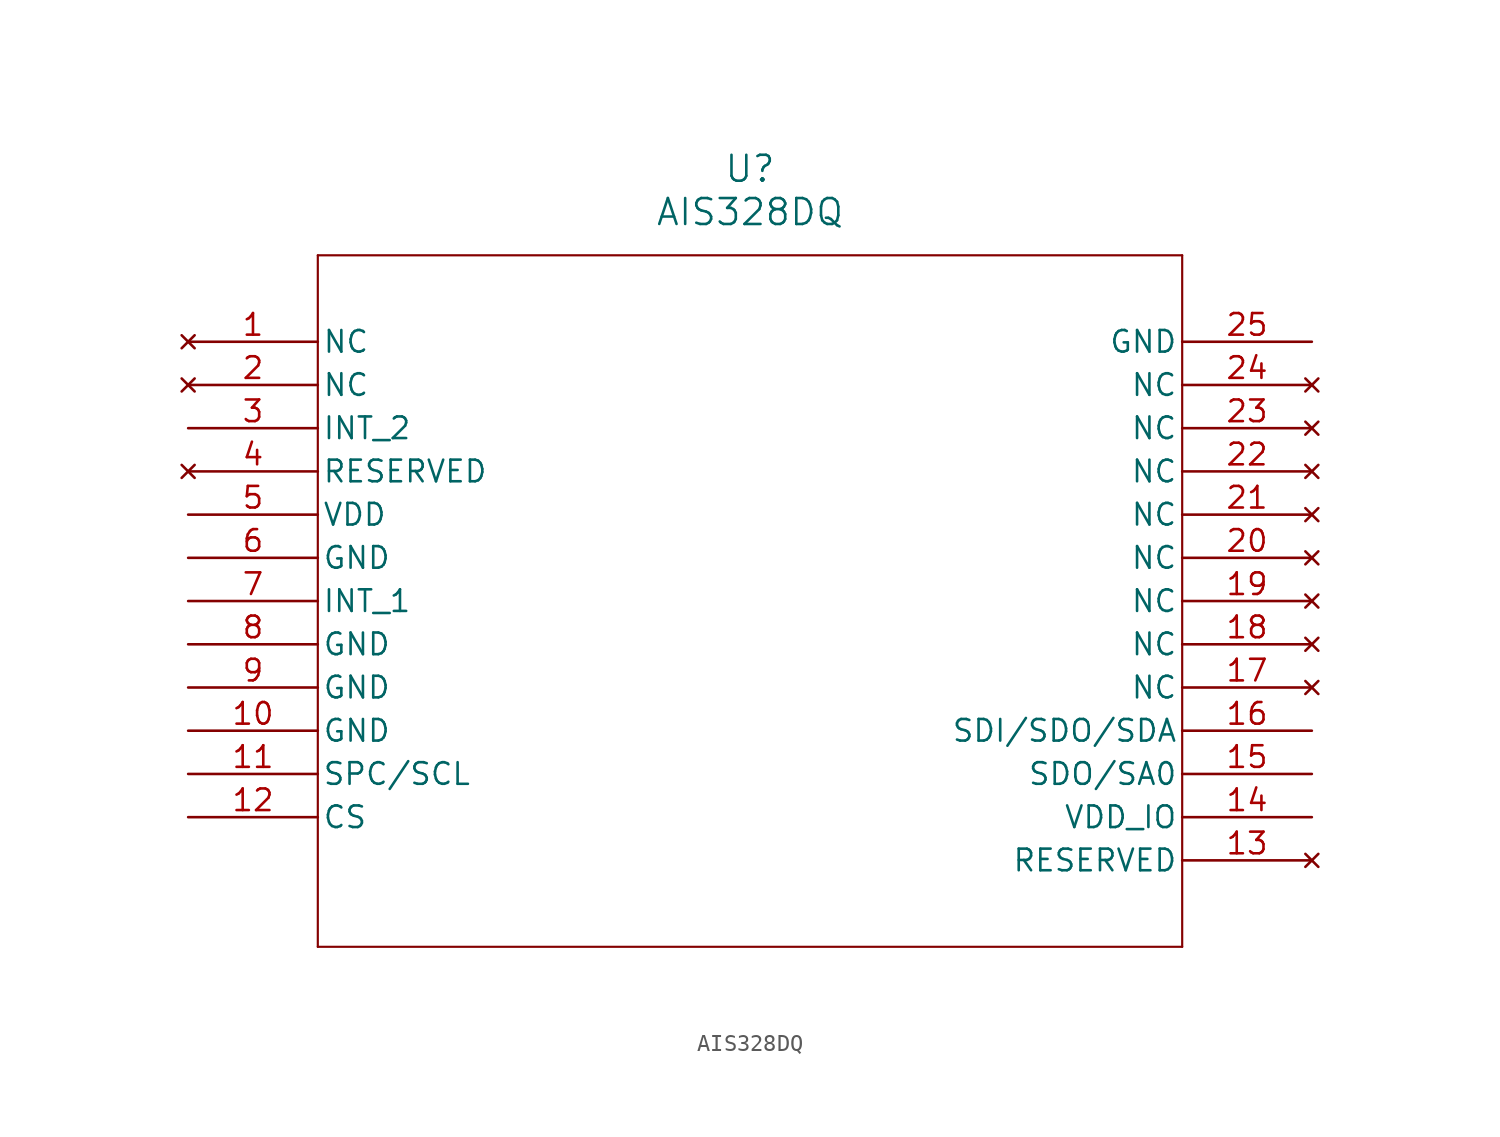
<source format=kicad_sym>
(kicad_symbol_lib
  (version 20211014)
  (generator kicad_symbol_editor)
  (symbol "AIS328DQ"
    (pin_names
      (offset 0.254))
    (property "Reference" "U"
      (at 33.02 10.16 0)
      (effects (font (size 1.524 1.524))))
    (property "Value" "AIS328DQ"
      (at 33.02 7.62 0)
      (effects (font (size 1.524 1.524))))
    (symbol "AIS328DQ_0_1"
      (polyline (pts (xy 7.62 5.08) (xy 7.62 -35.56)) (stroke (width 0.127) (type default) (color 0 0 0 0)) (fill (type none)))
      (polyline (pts (xy 7.62 -35.56) (xy 58.42 -35.56)) (stroke (width 0.127) (type default) (color 0 0 0 0)) (fill (type none)))
      (polyline (pts (xy 58.42 -35.56) (xy 58.42 5.08)) (stroke (width 0.127) (type default) (color 0 0 0 0)) (fill (type none)))
      (polyline (pts (xy 58.42 5.08) (xy 7.62 5.08)) (stroke (width 0.127) (type default) (color 0 0 0 0)) (fill (type none)))
      (pin no_connect line (at 0 0 0) (length 7.62) (name "NC" (effects (font (size 1.27 1.27)))) (number "1" (effects (font (size 1.27 1.27)))))
      (pin no_connect line (at 0 -2.54 0) (length 7.62) (name "NC" (effects (font (size 1.27 1.27)))) (number "2" (effects (font (size 1.27 1.27)))))
      (pin output line (at 0 -5.08 0) (length 7.62) (name "INT_2" (effects (font (size 1.27 1.27)))) (number "3" (effects (font (size 1.27 1.27)))))
      (pin no_connect line (at 0 -7.62 0) (length 7.62) (name "RESERVED" (effects (font (size 1.27 1.27)))) (number "4" (effects (font (size 1.27 1.27)))))
      (pin power_in line (at 0 -10.16 0) (length 7.62) (name "VDD" (effects (font (size 1.27 1.27)))) (number "5" (effects (font (size 1.27 1.27)))))
      (pin power_out line (at 0 -12.7 0) (length 7.62) (name "GND" (effects (font (size 1.27 1.27)))) (number "6" (effects (font (size 1.27 1.27)))))
      (pin output line (at 0 -15.24 0) (length 7.62) (name "INT_1" (effects (font (size 1.27 1.27)))) (number "7" (effects (font (size 1.27 1.27)))))
      (pin power_out line (at 0 -17.78 0) (length 7.62) (name "GND" (effects (font (size 1.27 1.27)))) (number "8" (effects (font (size 1.27 1.27)))))
      (pin power_out line (at 0 -20.32 0) (length 7.62) (name "GND" (effects (font (size 1.27 1.27)))) (number "9" (effects (font (size 1.27 1.27)))))
      (pin power_out line (at 0 -22.86 0) (length 7.62) (name "GND" (effects (font (size 1.27 1.27)))) (number "10" (effects (font (size 1.27 1.27)))))
      (pin input line (at 0 -25.4 0) (length 7.62) (name "SPC/SCL" (effects (font (size 1.27 1.27)))) (number "11" (effects (font (size 1.27 1.27)))))
      (pin input line (at 0 -27.94 0) (length 7.62) (name "CS" (effects (font (size 1.27 1.27)))) (number "12" (effects (font (size 1.27 1.27)))))
      (pin no_connect line (at 66.04 -30.48 180) (length 7.62) (name "RESERVED" (effects (font (size 1.27 1.27)))) (number "13" (effects (font (size 1.27 1.27)))))
      (pin power_in line (at 66.04 -27.94 180) (length 7.62) (name "VDD_IO" (effects (font (size 1.27 1.27)))) (number "14" (effects (font (size 1.27 1.27)))))
      (pin output line (at 66.04 -25.4 180) (length 7.62) (name "SDO/SA0" (effects (font (size 1.27 1.27)))) (number "15" (effects (font (size 1.27 1.27)))))
      (pin bidirectional line (at 66.04 -22.86 180) (length 7.62) (name "SDI/SDO/SDA" (effects (font (size 1.27 1.27)))) (number "16" (effects (font (size 1.27 1.27)))))
      (pin no_connect line (at 66.04 -20.32 180) (length 7.62) (name "NC" (effects (font (size 1.27 1.27)))) (number "17" (effects (font (size 1.27 1.27)))))
      (pin no_connect line (at 66.04 -17.78 180) (length 7.62) (name "NC" (effects (font (size 1.27 1.27)))) (number "18" (effects (font (size 1.27 1.27)))))
      (pin no_connect line (at 66.04 -15.24 180) (length 7.62) (name "NC" (effects (font (size 1.27 1.27)))) (number "19" (effects (font (size 1.27 1.27)))))
      (pin no_connect line (at 66.04 -12.7 180) (length 7.62) (name "NC" (effects (font (size 1.27 1.27)))) (number "20" (effects (font (size 1.27 1.27)))))
      (pin no_connect line (at 66.04 -10.16 180) (length 7.62) (name "NC" (effects (font (size 1.27 1.27)))) (number "21" (effects (font (size 1.27 1.27)))))
      (pin no_connect line (at 66.04 -7.62 180) (length 7.62) (name "NC" (effects (font (size 1.27 1.27)))) (number "22" (effects (font (size 1.27 1.27)))))
      (pin no_connect line (at 66.04 -5.08 180) (length 7.62) (name "NC" (effects (font (size 1.27 1.27)))) (number "23" (effects (font (size 1.27 1.27)))))
      (pin no_connect line (at 66.04 -2.54 180) (length 7.62) (name "NC" (effects (font (size 1.27 1.27)))) (number "24" (effects (font (size 1.27 1.27)))))
      (pin power_out line (at 66.04 0 180) (length 7.62) (name "GND" (effects (font (size 1.27 1.27)))) (number "25" (effects (font (size 1.27 1.27))))))))
</source>
